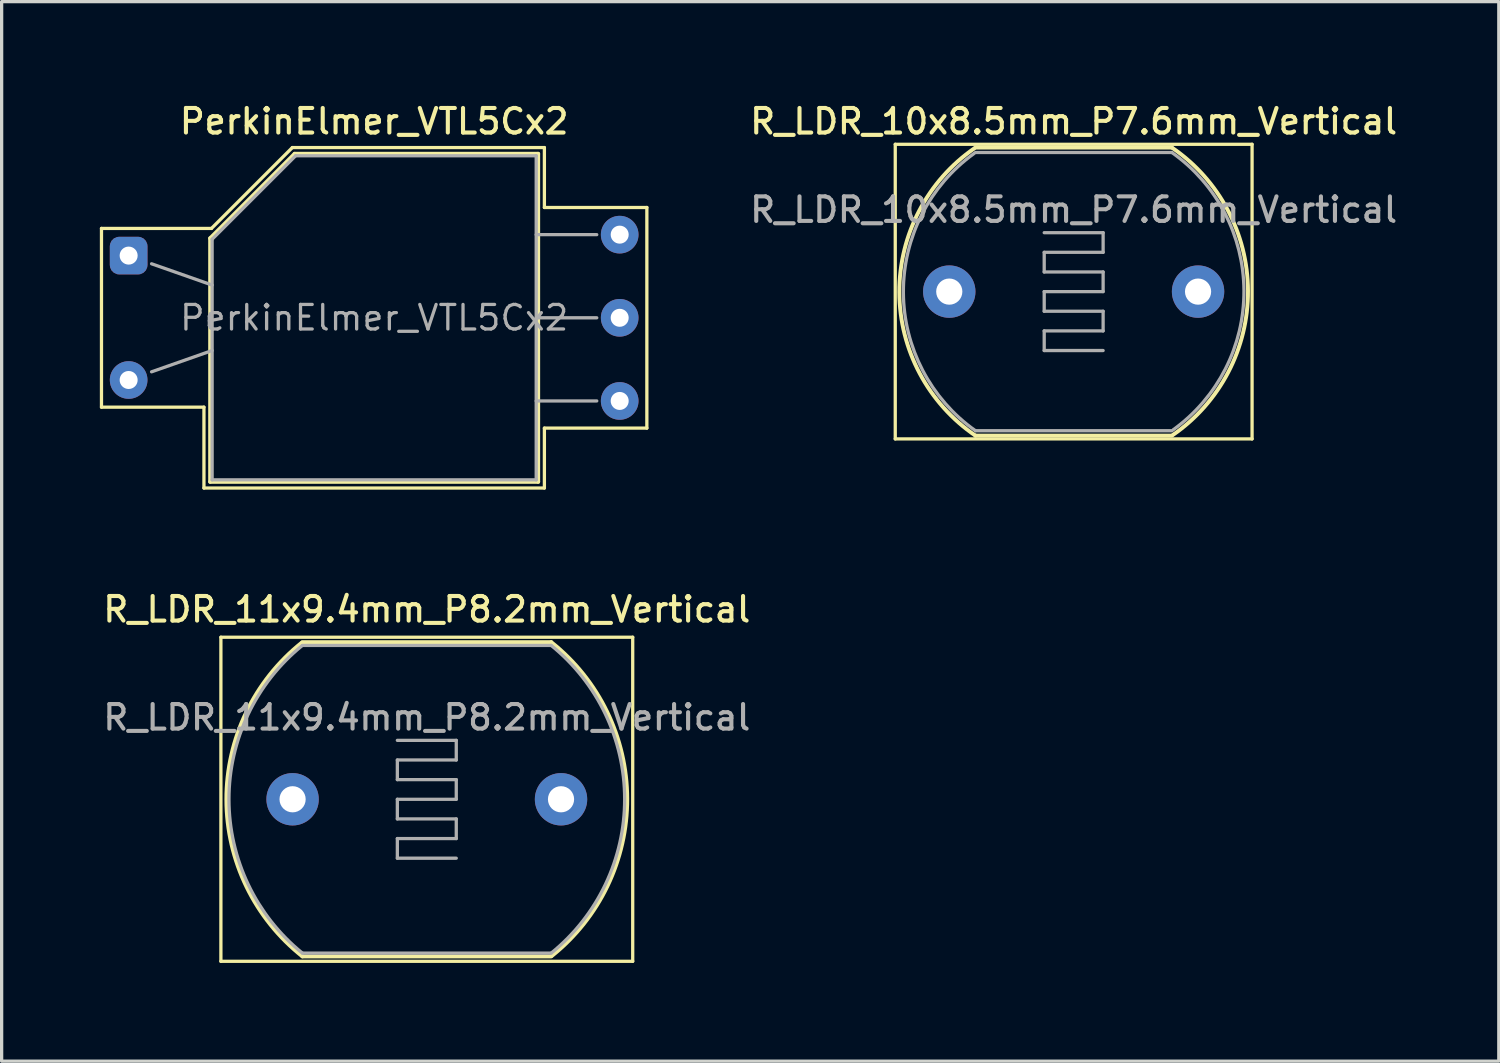
<source format=kicad_pcb>
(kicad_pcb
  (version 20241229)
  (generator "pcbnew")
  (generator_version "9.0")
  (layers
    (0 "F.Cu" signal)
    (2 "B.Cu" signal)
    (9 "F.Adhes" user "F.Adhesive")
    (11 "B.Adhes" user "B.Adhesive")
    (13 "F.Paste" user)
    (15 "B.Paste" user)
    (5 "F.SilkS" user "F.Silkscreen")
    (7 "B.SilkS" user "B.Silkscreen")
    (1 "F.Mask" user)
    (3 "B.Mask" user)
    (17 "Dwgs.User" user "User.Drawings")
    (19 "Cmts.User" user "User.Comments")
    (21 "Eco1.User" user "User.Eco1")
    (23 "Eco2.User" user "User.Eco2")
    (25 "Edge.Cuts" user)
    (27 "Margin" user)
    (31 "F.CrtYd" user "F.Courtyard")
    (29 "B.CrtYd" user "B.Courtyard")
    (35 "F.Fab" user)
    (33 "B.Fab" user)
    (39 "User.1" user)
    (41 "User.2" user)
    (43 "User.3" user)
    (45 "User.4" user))
  (footprint "PerkinElmer_VTL5Cx2"
    (layer "F.Cu")
    (at 0.88 4.758)
    (property "Reference" "PerkinElmer_VTL5Cx2" (at 7.5 -4.1 0) (layer "F.SilkS") (effects (font (size 0.75 0.75) (thickness 0.125))))
    (attr through_hole)
    (fp_line (start -0.83 -0.83) (end 2.53 -0.83) (stroke (width 0.1) (type solid)) (layer "F.SilkS"))
    (fp_line (start -0.83 4.63) (end -0.83 -0.83) (stroke (width 0.1) (type solid)) (layer "F.SilkS"))
    (fp_line (start -0.83 4.63) (end 2.3 4.63) (stroke (width 0.1) (type solid)) (layer "F.SilkS"))
    (fp_line (start 2.3 7.1) (end 2.3 4.63) (stroke (width 0.1) (type solid)) (layer "F.SilkS"))
    (fp_line (start 2.49 -0.53) (end 2.49 6.91) (stroke (width 0.12) (type solid)) (layer "F.SilkS"))
    (fp_line (start 2.49 6.91) (end 12.51 6.91) (stroke (width 0.12) (type solid)) (layer "F.SilkS"))
    (fp_line (start 2.53 -0.83) (end 5 -3.3) (stroke (width 0.1) (type solid)) (layer "F.SilkS"))
    (fp_line (start 5 -3.3) (end 12.7 -3.3) (stroke (width 0.1) (type solid)) (layer "F.SilkS"))
    (fp_line (start 5.07 -3.11) (end 2.49 -0.53) (stroke (width 0.12) (type solid)) (layer "F.SilkS"))
    (fp_line (start 12.51 -3.11) (end 5.07 -3.11) (stroke (width 0.12) (type solid)) (layer "F.SilkS"))
    (fp_line (start 12.51 6.91) (end 12.51 -3.11) (stroke (width 0.12) (type solid)) (layer "F.SilkS"))
    (fp_line (start 12.7 -1.47) (end 12.7 -3.3) (stroke (width 0.1) (type solid)) (layer "F.SilkS"))
    (fp_line (start 12.7 -1.47) (end 15.83 -1.47) (stroke (width 0.1) (type solid)) (layer "F.SilkS"))
    (fp_line (start 12.7 5.27) (end 12.7 7.1) (stroke (width 0.1) (type solid)) (layer "F.SilkS"))
    (fp_line (start 12.7 5.27) (end 15.83 5.27) (stroke (width 0.1) (type solid)) (layer "F.SilkS"))
    (fp_line (start 12.7 7.1) (end 2.3 7.1) (stroke (width 0.1) (type solid)) (layer "F.SilkS"))
    (fp_line (start 15.83 5.27) (end 15.83 -1.47) (stroke (width 0.1) (type solid)) (layer "F.SilkS"))
    (fp_line (start 0.7 0.25) (end 2.55 0.9) (stroke (width 0.1) (type solid)) (layer "F.Fab"))
    (fp_line (start 0.7 3.55) (end 2.55 2.9) (stroke (width 0.1) (type solid)) (layer "F.Fab"))
    (fp_line (start 2.55 6.85) (end 2.55 -0.5) (stroke (width 0.1) (type solid)) (layer "F.Fab"))
    (fp_line (start 5.1 -3.05) (end 2.55 -0.5) (stroke (width 0.1) (type solid)) (layer "F.Fab"))
    (fp_line (start 5.1 -3.05) (end 12.45 -3.05) (stroke (width 0.1) (type solid)) (layer "F.Fab"))
    (fp_line (start 12.45 -3.05) (end 12.45 6.85) (stroke (width 0.1) (type solid)) (layer "F.Fab"))
    (fp_line (start 12.45 6.85) (end 2.55 6.85) (stroke (width 0.1) (type solid)) (layer "F.Fab"))
    (fp_line (start 14.3 -0.64) (end 12.45 -0.64) (stroke (width 0.1) (type solid)) (layer "F.Fab"))
    (fp_line (start 14.3 1.9) (end 12.45 1.9) (stroke (width 0.1) (type solid)) (layer "F.Fab"))
    (fp_line (start 14.3 4.44) (end 12.45 4.44) (stroke (width 0.1) (type solid)) (layer "F.Fab"))
    (fp_text user "${REFERENCE}" (at 7.5 1.9 0) (layer "F.Fab") (effects (font (size 0.75 0.75) (thickness 0.1))))
    (pad "1" thru_hole roundrect (at 0 0) (size 1.15 1.15) (drill 0.55) (layers "*.Cu" "*.Mask") (roundrect_rratio 0.25))
    (pad "2" thru_hole circle (at 0 3.8) (size 1.15 1.15) (drill 0.55) (layers "*.Cu" "*.Mask"))
    (pad "3" thru_hole circle (at 15 -0.64) (size 1.15 1.15) (drill 0.55) (layers "*.Cu" "*.Mask"))
    (pad "4" thru_hole circle (at 15 1.9) (size 1.15 1.15) (drill 0.55) (layers "*.Cu" "*.Mask"))
    (pad "5" thru_hole circle (at 15 4.44) (size 1.15 1.15) (drill 0.55) (layers "*.Cu" "*.Mask")))
  (footprint "R_LDR_11x9.4mm_P8.2mm_Vertical"
    (layer "F.Cu")
    (at 5.888 21.366)
    (property "Reference" "R_LDR_11x9.4mm_P8.2mm_Vertical" (at 4.1 -5.8 0) (layer "F.SilkS") (effects (font (size 0.75 0.75) (thickness 0.125))))
    (attr through_hole)
    (fp_line (start -2.19 -4.95) (end -2.19 4.95) (stroke (width 0.1) (type solid)) (layer "F.SilkS"))
    (fp_line (start -2.19 -4.95) (end 10.39 -4.95) (stroke (width 0.1) (type solid)) (layer "F.SilkS"))
    (fp_line (start 0.3 -4.8) (end 7.9 -4.8) (stroke (width 0.12) (type solid)) (layer "F.SilkS"))
    (fp_line (start 7.9 4.8) (end 0.3 4.8) (stroke (width 0.12) (type solid)) (layer "F.SilkS"))
    (fp_line (start 10.39 4.95) (end -2.19 4.95) (stroke (width 0.1) (type solid)) (layer "F.SilkS"))
    (fp_line (start 10.39 4.95) (end 10.39 -4.95) (stroke (width 0.1) (type solid)) (layer "F.SilkS"))
    (fp_arc (start 0.3 4.8) (mid -2.022075 0.014159) (end 0.277838 -4.782371) (stroke (width 0.12) (type solid)) (layer "F.SilkS"))
    (fp_arc (start 7.9 -4.8) (mid 10.222075 -0.014159) (end 7.922162 4.782371) (stroke (width 0.12) (type solid)) (layer "F.SilkS"))
    (fp_line (start 0.3 -4.7) (end 7.9 -4.7) (stroke (width 0.1) (type solid)) (layer "F.Fab"))
    (fp_line (start 3.2 -1.8) (end 5 -1.8) (stroke (width 0.1) (type solid)) (layer "F.Fab"))
    (fp_line (start 3.2 -1.2) (end 3.2 -0.6) (stroke (width 0.1) (type solid)) (layer "F.Fab"))
    (fp_line (start 3.2 -0.6) (end 5 -0.6) (stroke (width 0.1) (type solid)) (layer "F.Fab"))
    (fp_line (start 3.2 0) (end 3.2 0.6) (stroke (width 0.1) (type solid)) (layer "F.Fab"))
    (fp_line (start 3.2 0.6) (end 5 0.6) (stroke (width 0.1) (type solid)) (layer "F.Fab"))
    (fp_line (start 3.2 1.2) (end 3.2 1.8) (stroke (width 0.1) (type solid)) (layer "F.Fab"))
    (fp_line (start 3.2 1.8) (end 5 1.8) (stroke (width 0.1) (type solid)) (layer "F.Fab"))
    (fp_line (start 5 -1.8) (end 5 -1.2) (stroke (width 0.1) (type solid)) (layer "F.Fab"))
    (fp_line (start 5 -1.2) (end 3.2 -1.2) (stroke (width 0.1) (type solid)) (layer "F.Fab"))
    (fp_line (start 5 -0.6) (end 5 0) (stroke (width 0.1) (type solid)) (layer "F.Fab"))
    (fp_line (start 5 0) (end 3.2 0) (stroke (width 0.1) (type solid)) (layer "F.Fab"))
    (fp_line (start 5 0.6) (end 5 1.2) (stroke (width 0.1) (type solid)) (layer "F.Fab"))
    (fp_line (start 5 1.2) (end 3.2 1.2) (stroke (width 0.1) (type solid)) (layer "F.Fab"))
    (fp_line (start 7.9 4.7) (end 0.3 4.7) (stroke (width 0.1) (type solid)) (layer "F.Fab"))
    (fp_arc (start 0.3 4.7) (mid -1.944004 0.004651) (end 0.292771 -4.694146) (stroke (width 0.1) (type solid)) (layer "F.Fab"))
    (fp_arc (start 7.9 -4.7) (mid 10.144004 -0.004651) (end 7.907229 4.694146) (stroke (width 0.1) (type solid)) (layer "F.Fab"))
    (fp_text user "${REFERENCE}" (at 4.1 -2.5 0) (layer "F.Fab") (effects (font (size 0.75 0.75) (thickness 0.125))))
    (pad "1" thru_hole circle (at 0 0) (size 1.6 1.6) (drill 0.8) (layers "*.Cu" "*.Mask"))
    (pad "2" thru_hole circle (at 8.2 0) (size 1.6 1.6) (drill 0.8) (layers "*.Cu" "*.Mask")))
  (footprint "R_LDR_10x8.5mm_P7.6mm_Vertical"
    (layer "F.Cu")
    (at 25.948 5.858)
    (property "Reference" "R_LDR_10x8.5mm_P7.6mm_Vertical" (at 3.8 -5.2 0) (layer "F.SilkS") (effects (font (size 0.75 0.75) (thickness 0.125))))
    (attr through_hole)
    (fp_line (start -1.65 -4.5) (end -1.65 4.5) (stroke (width 0.1) (type solid)) (layer "F.SilkS"))
    (fp_line (start -1.65 -4.5) (end 9.25 -4.5) (stroke (width 0.1) (type solid)) (layer "F.SilkS"))
    (fp_line (start 0.8 -4.4) (end 6.8 -4.4) (stroke (width 0.12) (type solid)) (layer "F.SilkS"))
    (fp_line (start 0.8 4.4) (end 6.8 4.4) (stroke (width 0.12) (type solid)) (layer "F.SilkS"))
    (fp_line (start 9.25 4.5) (end -1.65 4.5) (stroke (width 0.1) (type solid)) (layer "F.SilkS"))
    (fp_line (start 9.25 4.5) (end 9.25 -4.5) (stroke (width 0.1) (type solid)) (layer "F.SilkS"))
    (fp_arc (start 0.8 4.4) (mid -1.525374 0.019809) (end 0.76735 -4.37756) (stroke (width 0.12) (type solid)) (layer "F.SilkS"))
    (fp_arc (start 6.8 -4.4) (mid 9.125374 -0.019809) (end 6.83265 4.37756) (stroke (width 0.12) (type solid)) (layer "F.SilkS"))
    (fp_line (start 0.8 -4.25) (end 6.8 -4.25) (stroke (width 0.1) (type solid)) (layer "F.Fab"))
    (fp_line (start 2.9 -1.8) (end 4.7 -1.8) (stroke (width 0.1) (type solid)) (layer "F.Fab"))
    (fp_line (start 2.9 -1.2) (end 2.9 -0.6) (stroke (width 0.1) (type solid)) (layer "F.Fab"))
    (fp_line (start 2.9 -0.6) (end 4.7 -0.6) (stroke (width 0.1) (type solid)) (layer "F.Fab"))
    (fp_line (start 2.9 0) (end 2.9 0.6) (stroke (width 0.1) (type solid)) (layer "F.Fab"))
    (fp_line (start 2.9 0.6) (end 4.7 0.6) (stroke (width 0.1) (type solid)) (layer "F.Fab"))
    (fp_line (start 2.9 1.2) (end 2.9 1.8) (stroke (width 0.1) (type solid)) (layer "F.Fab"))
    (fp_line (start 2.9 1.8) (end 4.7 1.8) (stroke (width 0.1) (type solid)) (layer "F.Fab"))
    (fp_line (start 4.7 -1.8) (end 4.7 -1.2) (stroke (width 0.1) (type solid)) (layer "F.Fab"))
    (fp_line (start 4.7 -1.2) (end 2.9 -1.2) (stroke (width 0.1) (type solid)) (layer "F.Fab"))
    (fp_line (start 4.7 -0.6) (end 4.7 0) (stroke (width 0.1) (type solid)) (layer "F.Fab"))
    (fp_line (start 4.7 0) (end 2.9 0) (stroke (width 0.1) (type solid)) (layer "F.Fab"))
    (fp_line (start 4.7 0.6) (end 4.7 1.2) (stroke (width 0.1) (type solid)) (layer "F.Fab"))
    (fp_line (start 4.7 1.2) (end 2.9 1.2) (stroke (width 0.1) (type solid)) (layer "F.Fab"))
    (fp_line (start 6.8 4.25) (end 0.8 4.25) (stroke (width 0.1) (type solid)) (layer "F.Fab"))
    (fp_arc (start 0.8 4.25) (mid -1.4021 0.025641) (end 0.758251 -4.22022) (stroke (width 0.1) (type solid)) (layer "F.Fab"))
    (fp_arc (start 6.8 -4.25) (mid 9.0021 -0.025641) (end 6.841749 4.22022) (stroke (width 0.1) (type solid)) (layer "F.Fab"))
    (fp_text user "${REFERENCE}" (at 3.8 -2.5 0) (layer "F.Fab") (effects (font (size 0.75 0.75) (thickness 0.125))))
    (pad "1" thru_hole circle (at 0 0) (size 1.6 1.6) (drill 0.8) (layers "*.Cu" "*.Mask"))
    (pad "2" thru_hole circle (at 7.6 0) (size 1.6 1.6) (drill 0.8) (layers "*.Cu" "*.Mask")))
  (gr_rect
    (start -3 -3)
    (end 42.735 29.366)
    (stroke (width 0.1) (type default))
    (fill no)
    (layer "Edge.Cuts")))
</source>
